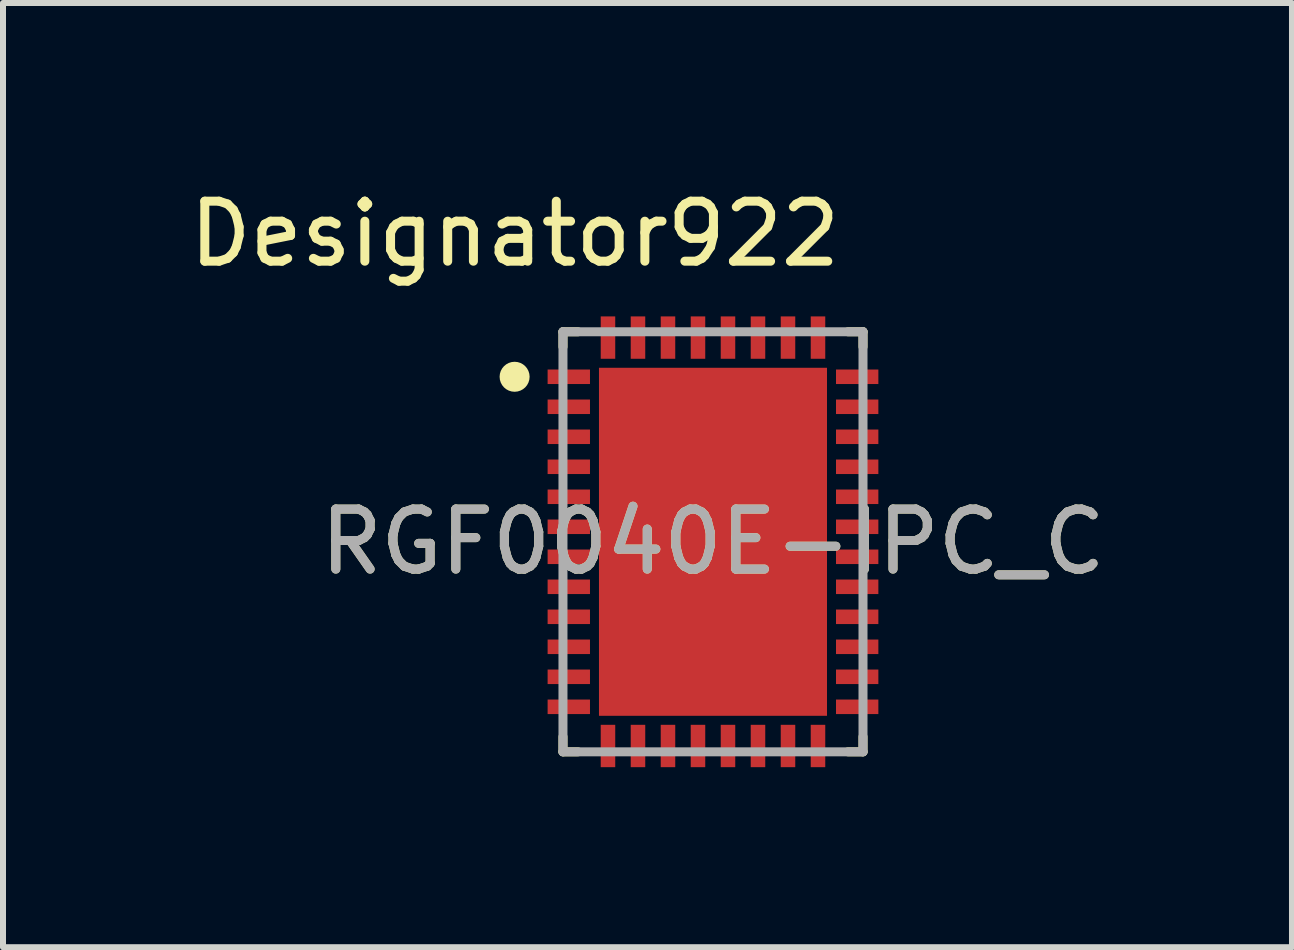
<source format=kicad_pcb>
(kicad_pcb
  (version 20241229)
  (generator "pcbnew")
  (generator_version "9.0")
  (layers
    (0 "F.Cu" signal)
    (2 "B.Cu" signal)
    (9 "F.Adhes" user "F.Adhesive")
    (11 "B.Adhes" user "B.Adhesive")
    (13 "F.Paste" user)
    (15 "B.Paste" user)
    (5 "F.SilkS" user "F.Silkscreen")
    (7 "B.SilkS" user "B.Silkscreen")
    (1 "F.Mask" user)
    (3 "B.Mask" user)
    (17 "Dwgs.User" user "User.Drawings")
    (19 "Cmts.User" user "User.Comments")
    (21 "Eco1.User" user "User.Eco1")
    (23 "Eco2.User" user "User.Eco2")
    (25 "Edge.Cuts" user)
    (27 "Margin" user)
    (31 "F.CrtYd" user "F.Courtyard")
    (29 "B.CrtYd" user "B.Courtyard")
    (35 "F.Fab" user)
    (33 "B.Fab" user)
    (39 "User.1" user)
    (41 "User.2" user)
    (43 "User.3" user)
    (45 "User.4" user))
  (footprint "RGF0040E-IPC_C"
    (layer "F.Cu")
    (at 8.832 5.979)
    (property "Reference" "RGF0040E-IPC_C" (at 0 0 0) (unlocked yes) (layer "F.SilkS") (effects (font (size 1 1) (thickness 0.15))))
    (attr smd)
    (fp_line (start -2.5 -3.5) (end -2.25 -3.5) (stroke (width 0.15) (type solid)) (layer "F.SilkS"))
    (fp_line (start -2.5 -3.25) (end -2.5 -3.5) (stroke (width 0.15) (type solid)) (layer "F.SilkS"))
    (fp_line (start -2.5 3.5) (end -2.5 3.25) (stroke (width 0.15) (type solid)) (layer "F.SilkS"))
    (fp_line (start -2.5 3.5) (end -2.25 3.5) (stroke (width 0.15) (type solid)) (layer "F.SilkS"))
    (fp_line (start 2.25 -3.5) (end 2.5 -3.5) (stroke (width 0.15) (type solid)) (layer "F.SilkS"))
    (fp_line (start 2.25 3.5) (end 2.5 3.5) (stroke (width 0.15) (type solid)) (layer "F.SilkS"))
    (fp_line (start 2.5 -3.25) (end 2.5 -3.5) (stroke (width 0.15) (type solid)) (layer "F.SilkS"))
    (fp_line (start 2.5 3.5) (end 2.5 3.25) (stroke (width 0.15) (type solid)) (layer "F.SilkS"))
    (fp_circle (center -3.306 -2.75) (end -3.181 -2.75) (stroke (width 0.25) (type solid)) (fill no) (layer "F.SilkS"))
    (fp_poly (pts (xy -1.278 -0.311) (xy 1.278 -0.311) (xy 1.278 -2.278) (xy -1.278 -2.278)) (stroke (width 0) (type solid)) (fill yes) (layer "F.Paste"))
    (fp_poly (pts (xy -1.278 2.278) (xy 1.278 2.278) (xy 1.278 0.311) (xy -1.278 0.311)) (stroke (width 0) (type solid)) (fill yes) (layer "F.Paste"))
    (fp_line (start -2.5 -3.5) (end 2.5 -3.5) (stroke (width 0.15) (type solid)) (layer "F.Fab"))
    (fp_line (start -2.5 3.5) (end -2.5 -3.5) (stroke (width 0.15) (type solid)) (layer "F.Fab"))
    (fp_line (start -2.5 3.5) (end 2.5 3.5) (stroke (width 0.15) (type solid)) (layer "F.Fab"))
    (fp_line (start 2.5 3.5) (end 2.5 -3.5) (stroke (width 0.15) (type solid)) (layer "F.Fab"))
    (fp_text user "Designator922" (at -3.302 -5.131 0) (unlocked yes) (layer "F.SilkS") (effects (font (size 1 1) (thickness 0.15))))
    (fp_text user "${REFERENCE}" (at 0 0 0) (unlocked yes) (layer "F.Fab") (effects (font (size 1 1) (thickness 0.15))))
    (pad "1" smd rect (at -2.403 -2.75 90) (size 0.242 0.706) (layers "F.Cu" "F.Mask" "F.Paste"))
    (pad "2" smd rect (at -2.403 -2.25 90) (size 0.242 0.706) (layers "F.Cu" "F.Mask" "F.Paste"))
    (pad "3" smd rect (at -2.403 -1.75 90) (size 0.242 0.706) (layers "F.Cu" "F.Mask" "F.Paste"))
    (pad "4" smd rect (at -2.403 -1.25 90) (size 0.242 0.706) (layers "F.Cu" "F.Mask" "F.Paste"))
    (pad "5" smd rect (at -2.403 -0.75 90) (size 0.242 0.706) (layers "F.Cu" "F.Mask" "F.Paste"))
    (pad "6" smd rect (at -2.403 -0.25 90) (size 0.242 0.706) (layers "F.Cu" "F.Mask" "F.Paste"))
    (pad "7" smd rect (at -2.403 0.25 90) (size 0.242 0.706) (layers "F.Cu" "F.Mask" "F.Paste"))
    (pad "8" smd rect (at -2.403 0.75 90) (size 0.242 0.706) (layers "F.Cu" "F.Mask" "F.Paste"))
    (pad "9" smd rect (at -2.403 1.25 90) (size 0.242 0.706) (layers "F.Cu" "F.Mask" "F.Paste"))
    (pad "10" smd rect (at -2.403 1.75 90) (size 0.242 0.706) (layers "F.Cu" "F.Mask" "F.Paste"))
    (pad "11" smd rect (at -2.403 2.25 90) (size 0.242 0.706) (layers "F.Cu" "F.Mask" "F.Paste"))
    (pad "12" smd rect (at -2.403 2.75 90) (size 0.242 0.706) (layers "F.Cu" "F.Mask" "F.Paste"))
    (pad "13" smd rect (at -1.75 3.403) (size 0.242 0.706) (layers "F.Cu" "F.Mask" "F.Paste"))
    (pad "14" smd rect (at -1.25 3.403) (size 0.242 0.706) (layers "F.Cu" "F.Mask" "F.Paste"))
    (pad "15" smd rect (at -0.75 3.403) (size 0.242 0.706) (layers "F.Cu" "F.Mask" "F.Paste"))
    (pad "16" smd rect (at -0.25 3.403) (size 0.242 0.706) (layers "F.Cu" "F.Mask" "F.Paste"))
    (pad "17" smd rect (at 0.25 3.403) (size 0.242 0.706) (layers "F.Cu" "F.Mask" "F.Paste"))
    (pad "18" smd rect (at 0.75 3.403) (size 0.242 0.706) (layers "F.Cu" "F.Mask" "F.Paste"))
    (pad "19" smd rect (at 1.25 3.403) (size 0.242 0.706) (layers "F.Cu" "F.Mask" "F.Paste"))
    (pad "20" smd rect (at 1.75 3.403) (size 0.242 0.706) (layers "F.Cu" "F.Mask" "F.Paste"))
    (pad "21" smd rect (at 2.403 2.75 90) (size 0.242 0.706) (layers "F.Cu" "F.Mask" "F.Paste"))
    (pad "22" smd rect (at 2.403 2.25 90) (size 0.242 0.706) (layers "F.Cu" "F.Mask" "F.Paste"))
    (pad "23" smd rect (at 2.403 1.75 90) (size 0.242 0.706) (layers "F.Cu" "F.Mask" "F.Paste"))
    (pad "24" smd rect (at 2.403 1.25 90) (size 0.242 0.706) (layers "F.Cu" "F.Mask" "F.Paste"))
    (pad "25" smd rect (at 2.403 0.75 90) (size 0.242 0.706) (layers "F.Cu" "F.Mask" "F.Paste"))
    (pad "26" smd rect (at 2.403 0.25 90) (size 0.242 0.706) (layers "F.Cu" "F.Mask" "F.Paste"))
    (pad "27" smd rect (at 2.403 -0.25 90) (size 0.242 0.706) (layers "F.Cu" "F.Mask" "F.Paste"))
    (pad "28" smd rect (at 2.403 -0.75 90) (size 0.242 0.706) (layers "F.Cu" "F.Mask" "F.Paste"))
    (pad "29" smd rect (at 2.403 -1.25 90) (size 0.242 0.706) (layers "F.Cu" "F.Mask" "F.Paste"))
    (pad "30" smd rect (at 2.403 -1.75 90) (size 0.242 0.706) (layers "F.Cu" "F.Mask" "F.Paste"))
    (pad "31" smd rect (at 2.403 -2.25 90) (size 0.242 0.706) (layers "F.Cu" "F.Mask" "F.Paste"))
    (pad "32" smd rect (at 2.403 -2.75 90) (size 0.242 0.706) (layers "F.Cu" "F.Mask" "F.Paste"))
    (pad "33" smd rect (at 1.75 -3.403) (size 0.242 0.706) (layers "F.Cu" "F.Mask" "F.Paste"))
    (pad "34" smd rect (at 1.25 -3.403) (size 0.242 0.706) (layers "F.Cu" "F.Mask" "F.Paste"))
    (pad "35" smd rect (at 0.75 -3.403) (size 0.242 0.706) (layers "F.Cu" "F.Mask" "F.Paste"))
    (pad "36" smd rect (at 0.25 -3.403) (size 0.242 0.706) (layers "F.Cu" "F.Mask" "F.Paste"))
    (pad "37" smd rect (at -0.25 -3.403) (size 0.242 0.706) (layers "F.Cu" "F.Mask" "F.Paste"))
    (pad "38" smd rect (at -0.75 -3.403) (size 0.242 0.706) (layers "F.Cu" "F.Mask" "F.Paste"))
    (pad "39" smd rect (at -1.25 -3.403) (size 0.242 0.706) (layers "F.Cu" "F.Mask" "F.Paste"))
    (pad "40" smd rect (at -1.75 -3.403) (size 0.242 0.706) (layers "F.Cu" "F.Mask" "F.Paste"))
    (pad "41" smd rect (at 0 0) (size 3.8 5.8) (layers "F.Cu" "F.Mask")))
  (gr_rect
    (start -3 -3)
    (end 18.481 12.735)
    (stroke (width 0.1) (type default))
    (fill no)
    (layer "Edge.Cuts")))
</source>
